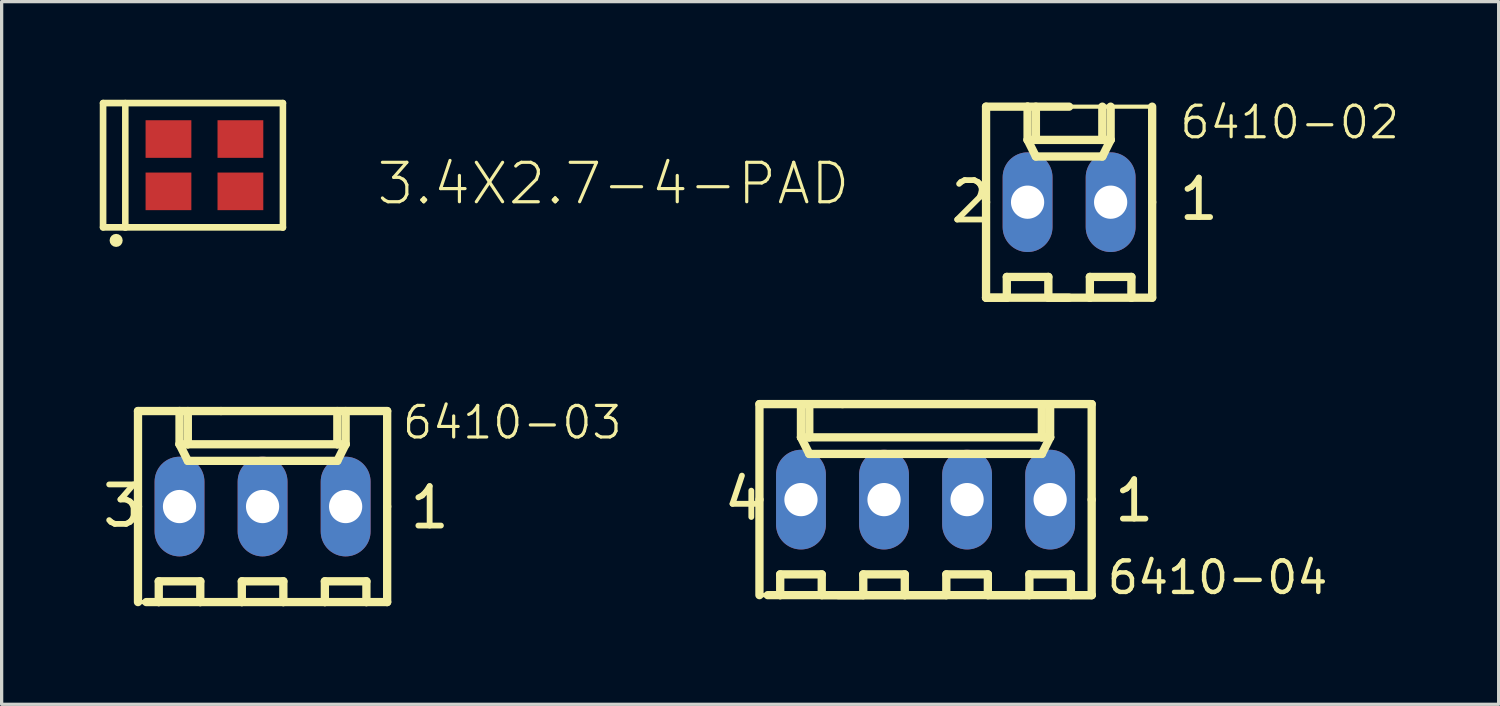
<source format=kicad_pcb>
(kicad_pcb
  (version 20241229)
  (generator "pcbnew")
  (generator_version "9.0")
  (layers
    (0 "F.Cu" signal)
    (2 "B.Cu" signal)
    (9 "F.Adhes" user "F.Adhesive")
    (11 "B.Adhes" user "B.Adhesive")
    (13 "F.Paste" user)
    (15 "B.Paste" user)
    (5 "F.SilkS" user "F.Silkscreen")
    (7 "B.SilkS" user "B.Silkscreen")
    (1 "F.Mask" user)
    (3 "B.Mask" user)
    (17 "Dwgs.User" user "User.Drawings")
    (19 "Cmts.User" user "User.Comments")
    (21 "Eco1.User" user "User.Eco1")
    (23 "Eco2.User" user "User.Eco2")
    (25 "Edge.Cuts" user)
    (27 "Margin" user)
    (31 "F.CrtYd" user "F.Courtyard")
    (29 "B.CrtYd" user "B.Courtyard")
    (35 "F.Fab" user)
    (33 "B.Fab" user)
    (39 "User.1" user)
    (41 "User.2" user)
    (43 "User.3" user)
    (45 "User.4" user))
  (footprint "6410-03"
    (layer "F.Cu")
    (at 4.98 12.441)
    (property "Reference" "6410-03" (at 4.218 -2.005 180) (layer "F.SilkS") (effects (font (size 0.965 0.965) (thickness 0.097)) (justify left bottom)))
    (attr through_hole)
    (fp_line (start -3.81 -2.921) (end -2.54 -2.921) (stroke (width 0.254) (type solid)) (layer "F.SilkS"))
    (fp_line (start -3.81 0) (end -3.81 -2.921) (stroke (width 0.254) (type solid)) (layer "F.SilkS"))
    (fp_line (start -3.81 0) (end -3.81 2.921) (stroke (width 0.254) (type solid)) (layer "F.SilkS"))
    (fp_line (start -3.81 2.921) (end -1.27 2.921) (stroke (width 0.127) (type solid)) (layer "F.SilkS"))
    (fp_line (start -3.556 2.921) (end -3.175 2.921) (stroke (width 0.254) (type solid)) (layer "F.SilkS"))
    (fp_line (start -3.175 2.286) (end -1.905 2.286) (stroke (width 0.254) (type solid)) (layer "F.SilkS"))
    (fp_line (start -3.175 2.921) (end -3.175 2.286) (stroke (width 0.254) (type solid)) (layer "F.SilkS"))
    (fp_line (start -2.54 -2.921) (end -1.27 -2.921) (stroke (width 0.254) (type solid)) (layer "F.SilkS"))
    (fp_line (start -2.54 -2.54) (end -2.54 -2.921) (stroke (width 0.127) (type solid)) (layer "F.SilkS"))
    (fp_line (start -2.54 -1.905) (end -2.54 -2.921) (stroke (width 0.254) (type solid)) (layer "F.SilkS"))
    (fp_line (start -2.54 -1.905) (end -2.286 -1.905) (stroke (width 0.254) (type solid)) (layer "F.SilkS"))
    (fp_line (start -2.54 -1.905) (end -2.286 -1.397) (stroke (width 0.254) (type solid)) (layer "F.SilkS"))
    (fp_line (start -2.286 -2.921) (end -2.54 -2.921) (stroke (width 0.127) (type solid)) (layer "F.SilkS"))
    (fp_line (start -2.286 -2.921) (end -2.286 -1.905) (stroke (width 0.254) (type solid)) (layer "F.SilkS"))
    (fp_line (start -2.286 -1.905) (end 2.286 -1.905) (stroke (width 0.254) (type solid)) (layer "F.SilkS"))
    (fp_line (start -2.286 -1.397) (end 2.286 -1.397) (stroke (width 0.254) (type solid)) (layer "F.SilkS"))
    (fp_line (start -1.905 2.286) (end -1.905 2.921) (stroke (width 0.254) (type solid)) (layer "F.SilkS"))
    (fp_line (start -1.905 2.921) (end -3.175 2.921) (stroke (width 0.254) (type solid)) (layer "F.SilkS"))
    (fp_line (start -1.905 2.921) (end -0.635 2.921) (stroke (width 0.254) (type solid)) (layer "F.SilkS"))
    (fp_line (start -0.635 2.286) (end 0.635 2.286) (stroke (width 0.254) (type solid)) (layer "F.SilkS"))
    (fp_line (start -0.635 2.921) (end -1.27 2.921) (stroke (width 0.127) (type solid)) (layer "F.SilkS"))
    (fp_line (start -0.635 2.921) (end -0.635 2.286) (stroke (width 0.254) (type solid)) (layer "F.SilkS"))
    (fp_line (start 0.635 2.286) (end 0.635 2.921) (stroke (width 0.254) (type solid)) (layer "F.SilkS"))
    (fp_line (start 0.635 2.921) (end -0.635 2.921) (stroke (width 0.254) (type solid)) (layer "F.SilkS"))
    (fp_line (start 0.635 2.921) (end 1.905 2.921) (stroke (width 0.254) (type solid)) (layer "F.SilkS"))
    (fp_line (start 1.905 2.286) (end 3.175 2.286) (stroke (width 0.254) (type solid)) (layer "F.SilkS"))
    (fp_line (start 1.905 2.921) (end 1.905 2.286) (stroke (width 0.254) (type solid)) (layer "F.SilkS"))
    (fp_line (start 2.286 -2.921) (end 2.286 -1.905) (stroke (width 0.254) (type solid)) (layer "F.SilkS"))
    (fp_line (start 2.286 -1.905) (end 2.54 -1.905) (stroke (width 0.254) (type solid)) (layer "F.SilkS"))
    (fp_line (start 2.286 -1.397) (end 2.54 -1.905) (stroke (width 0.254) (type solid)) (layer "F.SilkS"))
    (fp_line (start 2.54 -1.905) (end 2.54 -2.921) (stroke (width 0.254) (type solid)) (layer "F.SilkS"))
    (fp_line (start 3.175 2.286) (end 3.175 2.921) (stroke (width 0.254) (type solid)) (layer "F.SilkS"))
    (fp_line (start 3.175 2.921) (end 1.905 2.921) (stroke (width 0.254) (type solid)) (layer "F.SilkS"))
    (fp_line (start 3.175 2.921) (end 3.81 2.921) (stroke (width 0.254) (type solid)) (layer "F.SilkS"))
    (fp_line (start 3.81 -2.921) (end -1.27 -2.921) (stroke (width 0.254) (type solid)) (layer "F.SilkS"))
    (fp_line (start 3.81 0) (end 3.81 -2.921) (stroke (width 0.254) (type solid)) (layer "F.SilkS"))
    (fp_line (start 3.81 0) (end 3.81 2.921) (stroke (width 0.254) (type solid)) (layer "F.SilkS"))
    (fp_poly (pts (xy -2.794 0.254) (xy -2.286 0.254) (xy -2.286 -0.254) (xy -2.794 -0.254)) (stroke (width 0.1) (type solid)) (fill no) (layer "F.Fab"))
    (fp_poly (pts (xy -0.254 0.254) (xy 0.254 0.254) (xy 0.254 -0.254) (xy -0.254 -0.254)) (stroke (width 0.1) (type solid)) (fill no) (layer "F.Fab"))
    (fp_poly (pts (xy 2.286 0.254) (xy 2.794 0.254) (xy 2.794 -0.254) (xy 2.286 -0.254)) (stroke (width 0.1) (type solid)) (fill no) (layer "F.Fab"))
    (fp_text user "3" (at -4.98 0.687 0) (layer "F.SilkS") (effects (font (size 1.206 1.206) (thickness 0.178)) (justify left bottom)))
    (fp_text user "1" (at 4.418 0.738 0) (layer "F.SilkS") (effects (font (size 1.206 1.206) (thickness 0.178)) (justify left bottom)))
    (pad "1" thru_hole oval (at 2.54 0 90) (size 3.048 1.524) (drill 1.016) (layers "*.Cu" "*.Mask"))
    (pad "2" thru_hole oval (at 0 0 90) (size 3.048 1.524) (drill 1.016) (layers "*.Cu" "*.Mask"))
    (pad "3" thru_hole oval (at -2.54 0 90) (size 3.048 1.524) (drill 1.016) (layers "*.Cu" "*.Mask")))
  (footprint "3.4X2.7-4-PAD"
    (layer "F.Cu")
    (at 3.202 2.002)
    (property "Reference" "3.4X2.7-4-PAD" (at 5.207 1.27 180) (layer "F.SilkS") (effects (font (size 1.206 1.206) (thickness 0.097)) (justify left bottom)))
    (attr through_hole)
    (fp_line (start -3.1 -1.9) (end -3.1 1.9) (stroke (width 0.203) (type solid)) (layer "F.SilkS"))
    (fp_line (start -3.1 -1.9) (end 2.4 -1.9) (stroke (width 0.203) (type solid)) (layer "F.SilkS"))
    (fp_line (start -2.42 -1.9) (end -2.42 1.91) (stroke (width 0.2) (type solid)) (layer "F.SilkS"))
    (fp_line (start 2.4 -1.9) (end 2.4 1.91) (stroke (width 0.2) (type solid)) (layer "F.SilkS"))
    (fp_line (start 2.4 1.9) (end -3.1 1.9) (stroke (width 0.203) (type solid)) (layer "F.SilkS"))
    (fp_circle (center -2.7 2.3) (end -2.6 2.3) (stroke (width 0.2) (type solid)) (fill no) (layer "F.SilkS"))
    (pad "1" smd rect (at -1.1 0.8) (size 1.4 1.15) (layers "F.Cu" "F.Mask" "F.Paste"))
    (pad "2" smd rect (at 1.1 0.8) (size 1.4 1.15) (layers "F.Cu" "F.Mask" "F.Paste"))
    (pad "3" smd rect (at 1.1 -0.8 180) (size 1.4 1.15) (layers "F.Cu" "F.Mask" "F.Paste"))
    (pad "4" smd rect (at -1.1 -0.8 180) (size 1.4 1.15) (layers "F.Cu" "F.Mask" "F.Paste")))
  (footprint "6410-02"
    (layer "F.Cu")
    (at 29.645 3.133)
    (property "Reference" "6410-02" (at 3.329 -1.878 180) (layer "F.SilkS") (effects (font (size 0.965 0.965) (thickness 0.097)) (justify left bottom)))
    (attr through_hole)
    (fp_line (start -2.54 -2.921) (end -1.27 -2.921) (stroke (width 0.254) (type solid)) (layer "F.SilkS"))
    (fp_line (start -2.54 0) (end -2.54 -2.921) (stroke (width 0.254) (type solid)) (layer "F.SilkS"))
    (fp_line (start -2.54 0) (end -2.54 2.921) (stroke (width 0.254) (type solid)) (layer "F.SilkS"))
    (fp_line (start -2.54 2.921) (end -1.905 2.921) (stroke (width 0.254) (type solid)) (layer "F.SilkS"))
    (fp_line (start -2.54 2.921) (end 0 2.921) (stroke (width 0.254) (type solid)) (layer "F.SilkS"))
    (fp_line (start -2.286 2.921) (end -1.905 2.921) (stroke (width 0.127) (type solid)) (layer "F.SilkS"))
    (fp_line (start -1.905 2.286) (end -0.635 2.286) (stroke (width 0.254) (type solid)) (layer "F.SilkS"))
    (fp_line (start -1.905 2.921) (end -1.905 2.286) (stroke (width 0.254) (type solid)) (layer "F.SilkS"))
    (fp_line (start -1.27 -2.921) (end 0 -2.921) (stroke (width 0.254) (type solid)) (layer "F.SilkS"))
    (fp_line (start -1.27 -2.54) (end -1.27 -2.921) (stroke (width 0.127) (type solid)) (layer "F.SilkS"))
    (fp_line (start -1.27 -1.905) (end -1.27 -2.921) (stroke (width 0.254) (type solid)) (layer "F.SilkS"))
    (fp_line (start -1.27 -1.905) (end -1.016 -1.905) (stroke (width 0.254) (type solid)) (layer "F.SilkS"))
    (fp_line (start -1.27 -1.905) (end -1.016 -1.397) (stroke (width 0.254) (type solid)) (layer "F.SilkS"))
    (fp_line (start -1.016 -2.921) (end -1.27 -2.921) (stroke (width 0.127) (type solid)) (layer "F.SilkS"))
    (fp_line (start -1.016 -2.921) (end -1.016 -1.905) (stroke (width 0.254) (type solid)) (layer "F.SilkS"))
    (fp_line (start -1.016 -1.905) (end 1.016 -1.905) (stroke (width 0.254) (type solid)) (layer "F.SilkS"))
    (fp_line (start -1.016 -1.397) (end 1.016 -1.397) (stroke (width 0.254) (type solid)) (layer "F.SilkS"))
    (fp_line (start -0.635 2.286) (end -0.635 2.921) (stroke (width 0.254) (type solid)) (layer "F.SilkS"))
    (fp_line (start -0.635 2.921) (end 0.635 2.921) (stroke (width 0.254) (type solid)) (layer "F.SilkS"))
    (fp_line (start 0.635 2.286) (end 1.905 2.286) (stroke (width 0.254) (type solid)) (layer "F.SilkS"))
    (fp_line (start 0.635 2.921) (end 0 2.921) (stroke (width 0.127) (type solid)) (layer "F.SilkS"))
    (fp_line (start 0.635 2.921) (end 0.635 2.286) (stroke (width 0.254) (type solid)) (layer "F.SilkS"))
    (fp_line (start 1.016 -2.921) (end 1.016 -1.905) (stroke (width 0.254) (type solid)) (layer "F.SilkS"))
    (fp_line (start 1.016 -1.905) (end 1.27 -1.905) (stroke (width 0.254) (type solid)) (layer "F.SilkS"))
    (fp_line (start 1.016 -1.397) (end 1.27 -1.905) (stroke (width 0.254) (type solid)) (layer "F.SilkS"))
    (fp_line (start 1.27 -1.905) (end 1.27 -2.921) (stroke (width 0.254) (type solid)) (layer "F.SilkS"))
    (fp_line (start 1.905 2.286) (end 1.905 2.921) (stroke (width 0.254) (type solid)) (layer "F.SilkS"))
    (fp_line (start 1.905 2.921) (end 0.635 2.921) (stroke (width 0.254) (type solid)) (layer "F.SilkS"))
    (fp_line (start 1.905 2.921) (end 2.54 2.921) (stroke (width 0.254) (type solid)) (layer "F.SilkS"))
    (fp_line (start 2.54 -2.921) (end 0 -2.921) (stroke (width 0.127) (type solid)) (layer "F.SilkS"))
    (fp_line (start 2.54 0) (end 2.54 -2.921) (stroke (width 0.254) (type solid)) (layer "F.SilkS"))
    (fp_line (start 2.54 0) (end 2.54 2.921) (stroke (width 0.254) (type solid)) (layer "F.SilkS"))
    (fp_line (start 2.54 2.921) (end 1.905 2.921) (stroke (width 0.127) (type solid)) (layer "F.SilkS"))
    (fp_poly (pts (xy -1.524 0.254) (xy -1.016 0.254) (xy -1.016 -0.254) (xy -1.524 -0.254)) (stroke (width 0.1) (type solid)) (fill no) (layer "F.Fab"))
    (fp_poly (pts (xy 1.016 0.254) (xy 1.524 0.254) (xy 1.524 -0.254) (xy 1.016 -0.254)) (stroke (width 0.1) (type solid)) (fill no) (layer "F.Fab"))
    (fp_text user "2" (at -3.71 0.687 0) (layer "F.SilkS") (effects (font (size 1.206 1.206) (thickness 0.178)) (justify left bottom)))
    (fp_text user "1" (at 3.275 0.611 0) (layer "F.SilkS") (effects (font (size 1.206 1.206) (thickness 0.178)) (justify left bottom)))
    (pad "1" thru_hole oval (at 1.27 0 90) (size 3.048 1.524) (drill 1.016) (layers "*.Cu" "*.Mask"))
    (pad "2" thru_hole oval (at -1.27 0 90) (size 3.048 1.524) (drill 1.016) (layers "*.Cu" "*.Mask")))
  (footprint "6410-04"
    (layer "F.Cu")
    (at 25.255 12.229)
    (property "Reference" "6410-04" (at 5.488 2.948 0) (layer "F.SilkS") (effects (font (size 0.965 0.965) (thickness 0.135)) (justify left bottom)))
    (attr through_hole)
    (fp_line (start -5.08 -2.921) (end -3.81 -2.921) (stroke (width 0.254) (type solid)) (layer "F.SilkS"))
    (fp_line (start -5.08 0) (end -5.08 -2.921) (stroke (width 0.254) (type solid)) (layer "F.SilkS"))
    (fp_line (start -5.08 0) (end -5.08 2.921) (stroke (width 0.254) (type solid)) (layer "F.SilkS"))
    (fp_line (start -5.08 2.921) (end -2.667 2.921) (stroke (width 0.127) (type solid)) (layer "F.SilkS"))
    (fp_line (start -4.826 2.921) (end -4.445 2.921) (stroke (width 0.254) (type solid)) (layer "F.SilkS"))
    (fp_line (start -4.445 2.286) (end -3.175 2.286) (stroke (width 0.254) (type solid)) (layer "F.SilkS"))
    (fp_line (start -4.445 2.921) (end -4.445 2.286) (stroke (width 0.254) (type solid)) (layer "F.SilkS"))
    (fp_line (start -3.81 -2.921) (end -2.54 -2.921) (stroke (width 0.254) (type solid)) (layer "F.SilkS"))
    (fp_line (start -3.81 -2.54) (end -3.81 -2.921) (stroke (width 0.127) (type solid)) (layer "F.SilkS"))
    (fp_line (start -3.81 -1.905) (end -3.81 -2.921) (stroke (width 0.254) (type solid)) (layer "F.SilkS"))
    (fp_line (start -3.81 -1.905) (end -3.556 -1.905) (stroke (width 0.254) (type solid)) (layer "F.SilkS"))
    (fp_line (start -3.81 -1.905) (end -3.556 -1.397) (stroke (width 0.254) (type solid)) (layer "F.SilkS"))
    (fp_line (start -3.556 -2.921) (end -3.81 -2.921) (stroke (width 0.127) (type solid)) (layer "F.SilkS"))
    (fp_line (start -3.556 -2.921) (end -3.556 -1.905) (stroke (width 0.254) (type solid)) (layer "F.SilkS"))
    (fp_line (start -3.556 -1.905) (end 3.556 -1.905) (stroke (width 0.254) (type solid)) (layer "F.SilkS"))
    (fp_line (start -3.556 -1.397) (end 3.556 -1.397) (stroke (width 0.254) (type solid)) (layer "F.SilkS"))
    (fp_line (start -3.175 2.286) (end -3.175 2.921) (stroke (width 0.254) (type solid)) (layer "F.SilkS"))
    (fp_line (start -3.175 2.921) (end -1.905 2.921) (stroke (width 0.254) (type solid)) (layer "F.SilkS"))
    (fp_line (start -1.905 2.286) (end -0.635 2.286) (stroke (width 0.254) (type solid)) (layer "F.SilkS"))
    (fp_line (start -1.905 2.921) (end -1.905 2.286) (stroke (width 0.254) (type solid)) (layer "F.SilkS"))
    (fp_line (start -0.635 2.286) (end -0.635 2.921) (stroke (width 0.254) (type solid)) (layer "F.SilkS"))
    (fp_line (start -0.635 2.921) (end -4.445 2.921) (stroke (width 0.254) (type solid)) (layer "F.SilkS"))
    (fp_line (start -0.635 2.921) (end 0.635 2.921) (stroke (width 0.254) (type solid)) (layer "F.SilkS"))
    (fp_line (start 0.635 2.286) (end 1.905 2.286) (stroke (width 0.254) (type solid)) (layer "F.SilkS"))
    (fp_line (start 0.635 2.921) (end 0.635 2.286) (stroke (width 0.254) (type solid)) (layer "F.SilkS"))
    (fp_line (start 1.905 2.286) (end 1.905 2.921) (stroke (width 0.254) (type solid)) (layer "F.SilkS"))
    (fp_line (start 1.905 2.921) (end 3.175 2.921) (stroke (width 0.254) (type solid)) (layer "F.SilkS"))
    (fp_line (start 3.175 2.286) (end 4.445 2.286) (stroke (width 0.254) (type solid)) (layer "F.SilkS"))
    (fp_line (start 3.175 2.921) (end 3.175 2.286) (stroke (width 0.254) (type solid)) (layer "F.SilkS"))
    (fp_line (start 3.556 -2.921) (end 3.556 -1.905) (stroke (width 0.254) (type solid)) (layer "F.SilkS"))
    (fp_line (start 3.556 -1.905) (end 3.81 -1.905) (stroke (width 0.254) (type solid)) (layer "F.SilkS"))
    (fp_line (start 3.556 -1.397) (end 3.81 -1.905) (stroke (width 0.254) (type solid)) (layer "F.SilkS"))
    (fp_line (start 3.81 -1.905) (end 3.81 -2.921) (stroke (width 0.254) (type solid)) (layer "F.SilkS"))
    (fp_line (start 4.445 2.286) (end 4.445 2.921) (stroke (width 0.254) (type solid)) (layer "F.SilkS"))
    (fp_line (start 4.445 2.921) (end 5.08 2.921) (stroke (width 0.254) (type solid)) (layer "F.SilkS"))
    (fp_line (start 5.08 -2.921) (end -2.54 -2.921) (stroke (width 0.254) (type solid)) (layer "F.SilkS"))
    (fp_line (start 5.08 0) (end 5.08 -2.921) (stroke (width 0.254) (type solid)) (layer "F.SilkS"))
    (fp_line (start 5.08 0) (end 5.08 2.921) (stroke (width 0.254) (type solid)) (layer "F.SilkS"))
    (fp_line (start 5.08 2.921) (end -2.667 2.921) (stroke (width 0.254) (type solid)) (layer "F.SilkS"))
    (fp_poly (pts (xy -4.064 0.254) (xy -3.556 0.254) (xy -3.556 -0.254) (xy -4.064 -0.254)) (stroke (width 0.1) (type solid)) (fill no) (layer "F.Fab"))
    (fp_poly (pts (xy -1.524 0.254) (xy -1.016 0.254) (xy -1.016 -0.254) (xy -1.524 -0.254)) (stroke (width 0.1) (type solid)) (fill no) (layer "F.Fab"))
    (fp_poly (pts (xy 1.016 0.254) (xy 1.524 0.254) (xy 1.524 -0.254) (xy 1.016 -0.254)) (stroke (width 0.1) (type solid)) (fill no) (layer "F.Fab"))
    (fp_poly (pts (xy 3.556 0.254) (xy 4.064 0.254) (xy 4.064 -0.254) (xy 3.556 -0.254)) (stroke (width 0.1) (type solid)) (fill no) (layer "F.Fab"))
    (fp_text user "4" (at -6.25 0.687 0) (layer "F.SilkS") (effects (font (size 1.206 1.206) (thickness 0.178)) (justify left bottom)))
    (fp_text user "1" (at 5.688 0.738 0) (layer "F.SilkS") (effects (font (size 1.206 1.206) (thickness 0.178)) (justify left bottom)))
    (pad "1" thru_hole oval (at 3.81 0 90) (size 3.048 1.524) (drill 1.016) (layers "*.Cu" "*.Mask"))
    (pad "2" thru_hole oval (at 1.27 0 90) (size 3.048 1.524) (drill 1.016) (layers "*.Cu" "*.Mask"))
    (pad "3" thru_hole oval (at -1.27 0 90) (size 3.048 1.524) (drill 1.016) (layers "*.Cu" "*.Mask"))
    (pad "4" thru_hole oval (at -3.81 0 90) (size 3.048 1.524) (drill 1.016) (layers "*.Cu" "*.Mask")))
  (gr_rect
    (start -3 -3)
    (end 42.781 18.489)
    (stroke (width 0.1) (type default))
    (fill no)
    (layer "Edge.Cuts")))
</source>
